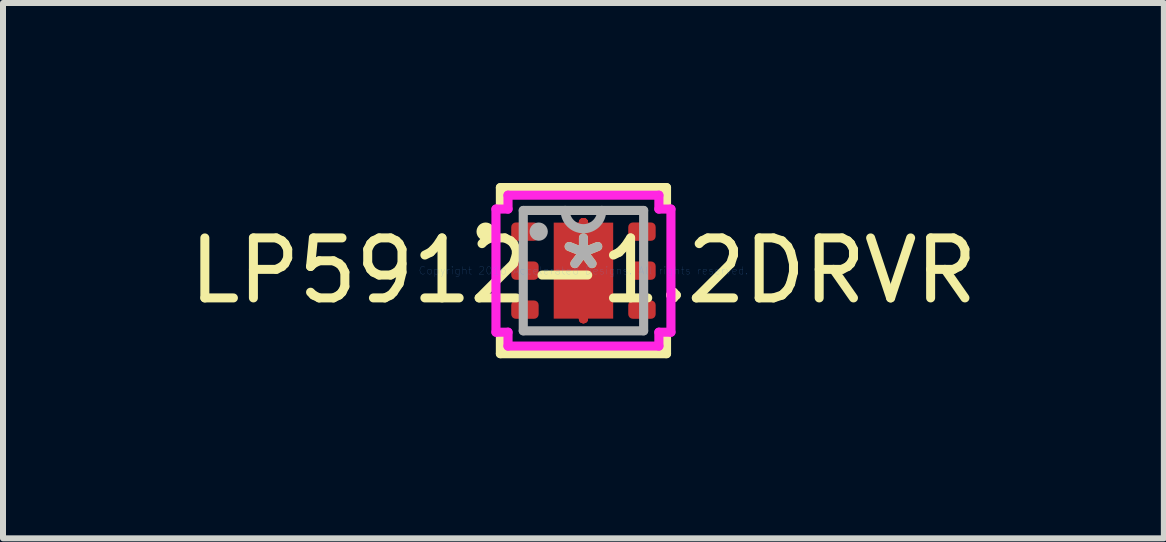
<source format=kicad_pcb>
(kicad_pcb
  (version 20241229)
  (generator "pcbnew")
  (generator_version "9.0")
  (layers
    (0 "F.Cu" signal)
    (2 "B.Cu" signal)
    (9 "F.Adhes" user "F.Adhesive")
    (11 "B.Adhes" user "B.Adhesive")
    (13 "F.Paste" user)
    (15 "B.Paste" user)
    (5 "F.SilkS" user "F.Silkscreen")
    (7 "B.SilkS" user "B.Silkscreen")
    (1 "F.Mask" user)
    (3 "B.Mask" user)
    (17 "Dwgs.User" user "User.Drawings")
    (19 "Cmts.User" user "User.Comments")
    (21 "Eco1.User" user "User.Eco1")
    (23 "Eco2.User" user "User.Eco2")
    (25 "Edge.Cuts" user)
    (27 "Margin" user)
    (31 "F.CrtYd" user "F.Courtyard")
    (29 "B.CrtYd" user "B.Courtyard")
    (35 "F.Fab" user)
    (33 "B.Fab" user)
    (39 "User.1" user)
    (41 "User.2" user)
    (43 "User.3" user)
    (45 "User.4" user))
  (footprint "LP5912-1.2DRVR"
    (layer "F.Cu")
    (at 6.673 1.46)
    (property "Reference" "LP5912-1.2DRVR" (at 0 0 0) (layer "F.SilkS") (effects (font (size 1 1) (thickness 0.15))))
    (attr through_hole)
    (fp_line (start 0 -0.8) (end 0 -0.8) (stroke (width 0.152) (type solid)) (layer "F.Cu"))
    (fp_line (start 0 -0.8) (end 0 -0.8) (stroke (width 0.152) (type solid)) (layer "F.Cu"))
    (fp_line (start 0 -0.8) (end 0 -0.8) (stroke (width 0.152) (type solid)) (layer "F.Cu"))
    (fp_line (start 0 -0.8) (end 0 -0.8) (stroke (width 0.152) (type solid)) (layer "F.Cu"))
    (fp_line (start 0 -0.8) (end 0 -0.8) (stroke (width 0.152) (type solid)) (layer "F.Cu"))
    (fp_line (start 0 -0.8) (end 0 -0.8) (stroke (width 0.152) (type solid)) (layer "F.Cu"))
    (fp_line (start 0 -0.8) (end 0 -0.8) (stroke (width 0.152) (type solid)) (layer "F.Cu"))
    (fp_line (start 0 -0.8) (end 0 -0.8) (stroke (width 0.152) (type solid)) (layer "F.Cu"))
    (fp_line (start 0 0.8) (end 0 0.8) (stroke (width 0.152) (type solid)) (layer "F.Cu"))
    (fp_line (start 0 0.8) (end 0 0.8) (stroke (width 0.152) (type solid)) (layer "F.Cu"))
    (fp_line (start 0 0.8) (end 0 0.8) (stroke (width 0.152) (type solid)) (layer "F.Cu"))
    (fp_line (start 0 0.8) (end 0 0.8) (stroke (width 0.152) (type solid)) (layer "F.Cu"))
    (fp_line (start 0 0.8) (end 0 0.8) (stroke (width 0.152) (type solid)) (layer "F.Cu"))
    (fp_line (start 0 0.8) (end 0 0.8) (stroke (width 0.152) (type solid)) (layer "F.Cu"))
    (fp_line (start 0 0.8) (end 0 0.8) (stroke (width 0.152) (type solid)) (layer "F.Cu"))
    (fp_line (start 0 0.8) (end 0 0.8) (stroke (width 0.152) (type solid)) (layer "F.Cu"))
    (fp_line (start -1.204 -0.802) (end -1.204 -0.498) (stroke (width 0.152) (type solid)) (layer "F.Mask"))
    (fp_line (start -1.204 -0.498) (end -0.746 -0.498) (stroke (width 0.152) (type solid)) (layer "F.Mask"))
    (fp_line (start -1.204 -0.152) (end -1.204 0.152) (stroke (width 0.152) (type solid)) (layer "F.Mask"))
    (fp_line (start -1.204 0.152) (end -0.746 0.152) (stroke (width 0.152) (type solid)) (layer "F.Mask"))
    (fp_line (start -1.204 0.498) (end -1.204 0.802) (stroke (width 0.152) (type solid)) (layer "F.Mask"))
    (fp_line (start -1.204 0.802) (end -0.746 0.802) (stroke (width 0.152) (type solid)) (layer "F.Mask"))
    (fp_line (start -0.746 -0.802) (end -1.204 -0.802) (stroke (width 0.152) (type solid)) (layer "F.Mask"))
    (fp_line (start -0.746 -0.498) (end -0.746 -0.802) (stroke (width 0.152) (type solid)) (layer "F.Mask"))
    (fp_line (start -0.746 -0.152) (end -1.204 -0.152) (stroke (width 0.152) (type solid)) (layer "F.Mask"))
    (fp_line (start -0.746 0.152) (end -0.746 -0.152) (stroke (width 0.152) (type solid)) (layer "F.Mask"))
    (fp_line (start -0.746 0.498) (end -1.204 0.498) (stroke (width 0.152) (type solid)) (layer "F.Mask"))
    (fp_line (start -0.746 0.802) (end -0.746 0.498) (stroke (width 0.152) (type solid)) (layer "F.Mask"))
    (fp_line (start -0.559 -0.864) (end -0.2 -0.864) (stroke (width 0.152) (type solid)) (layer "F.Mask"))
    (fp_line (start -0.559 -0.864) (end 0.559 -0.864) (stroke (width 0.152) (type solid)) (layer "F.Mask"))
    (fp_line (start -0.559 -0.594) (end -0.559 -0.864) (stroke (width 0.152) (type solid)) (layer "F.Mask"))
    (fp_line (start -0.559 -0.194) (end 0.559 -0.194) (stroke (width 0.152) (type solid)) (layer "F.Mask"))
    (fp_line (start -0.559 0.194) (end -0.559 -0.194) (stroke (width 0.152) (type solid)) (layer "F.Mask"))
    (fp_line (start -0.559 0.594) (end 0.559 0.594) (stroke (width 0.152) (type solid)) (layer "F.Mask"))
    (fp_line (start -0.559 0.864) (end -0.559 -0.864) (stroke (width 0.152) (type solid)) (layer "F.Mask"))
    (fp_line (start -0.559 0.864) (end -0.559 0.594) (stroke (width 0.152) (type solid)) (layer "F.Mask"))
    (fp_line (start -0.2 -0.864) (end -0.2 0.864) (stroke (width 0.152) (type solid)) (layer "F.Mask"))
    (fp_line (start -0.2 0.864) (end -0.559 0.864) (stroke (width 0.152) (type solid)) (layer "F.Mask"))
    (fp_line (start 0 -0.8) (end 0 -0.8) (stroke (width 0.152) (type solid)) (layer "F.Mask"))
    (fp_line (start 0 -0.8) (end 0 -0.8) (stroke (width 0.152) (type solid)) (layer "F.Mask"))
    (fp_line (start 0 -0.8) (end 0 -0.8) (stroke (width 0.152) (type solid)) (layer "F.Mask"))
    (fp_line (start 0 -0.8) (end 0 -0.8) (stroke (width 0.152) (type solid)) (layer "F.Mask"))
    (fp_line (start 0 -0.8) (end 0 -0.8) (stroke (width 0.152) (type solid)) (layer "F.Mask"))
    (fp_line (start 0 -0.8) (end 0 -0.8) (stroke (width 0.152) (type solid)) (layer "F.Mask"))
    (fp_line (start 0 -0.8) (end 0 -0.8) (stroke (width 0.152) (type solid)) (layer "F.Mask"))
    (fp_line (start 0 -0.8) (end 0 -0.8) (stroke (width 0.152) (type solid)) (layer "F.Mask"))
    (fp_line (start 0 0.8) (end 0 0.8) (stroke (width 0.152) (type solid)) (layer "F.Mask"))
    (fp_line (start 0 0.8) (end 0 0.8) (stroke (width 0.152) (type solid)) (layer "F.Mask"))
    (fp_line (start 0 0.8) (end 0 0.8) (stroke (width 0.152) (type solid)) (layer "F.Mask"))
    (fp_line (start 0 0.8) (end 0 0.8) (stroke (width 0.152) (type solid)) (layer "F.Mask"))
    (fp_line (start 0 0.8) (end 0 0.8) (stroke (width 0.152) (type solid)) (layer "F.Mask"))
    (fp_line (start 0 0.8) (end 0 0.8) (stroke (width 0.152) (type solid)) (layer "F.Mask"))
    (fp_line (start 0 0.8) (end 0 0.8) (stroke (width 0.152) (type solid)) (layer "F.Mask"))
    (fp_line (start 0 0.8) (end 0 0.8) (stroke (width 0.152) (type solid)) (layer "F.Mask"))
    (fp_line (start 0.2 -0.864) (end 0.559 -0.864) (stroke (width 0.152) (type solid)) (layer "F.Mask"))
    (fp_line (start 0.2 0.864) (end 0.2 -0.864) (stroke (width 0.152) (type solid)) (layer "F.Mask"))
    (fp_line (start 0.559 -0.864) (end 0.559 -0.594) (stroke (width 0.152) (type solid)) (layer "F.Mask"))
    (fp_line (start 0.559 -0.864) (end 0.559 0.864) (stroke (width 0.152) (type solid)) (layer "F.Mask"))
    (fp_line (start 0.559 -0.594) (end -0.559 -0.594) (stroke (width 0.152) (type solid)) (layer "F.Mask"))
    (fp_line (start 0.559 -0.194) (end 0.559 0.194) (stroke (width 0.152) (type solid)) (layer "F.Mask"))
    (fp_line (start 0.559 0.194) (end -0.559 0.194) (stroke (width 0.152) (type solid)) (layer "F.Mask"))
    (fp_line (start 0.559 0.594) (end 0.559 0.864) (stroke (width 0.152) (type solid)) (layer "F.Mask"))
    (fp_line (start 0.559 0.864) (end -0.559 0.864) (stroke (width 0.152) (type solid)) (layer "F.Mask"))
    (fp_line (start 0.559 0.864) (end 0.2 0.864) (stroke (width 0.152) (type solid)) (layer "F.Mask"))
    (fp_line (start 0.746 -0.802) (end 0.746 -0.498) (stroke (width 0.152) (type solid)) (layer "F.Mask"))
    (fp_line (start 0.746 -0.498) (end 1.204 -0.498) (stroke (width 0.152) (type solid)) (layer "F.Mask"))
    (fp_line (start 0.746 -0.152) (end 0.746 0.152) (stroke (width 0.152) (type solid)) (layer "F.Mask"))
    (fp_line (start 0.746 0.152) (end 1.204 0.152) (stroke (width 0.152) (type solid)) (layer "F.Mask"))
    (fp_line (start 0.746 0.498) (end 0.746 0.802) (stroke (width 0.152) (type solid)) (layer "F.Mask"))
    (fp_line (start 0.746 0.802) (end 1.204 0.802) (stroke (width 0.152) (type solid)) (layer "F.Mask"))
    (fp_line (start 1.204 -0.802) (end 0.746 -0.802) (stroke (width 0.152) (type solid)) (layer "F.Mask"))
    (fp_line (start 1.204 -0.498) (end 1.204 -0.802) (stroke (width 0.152) (type solid)) (layer "F.Mask"))
    (fp_line (start 1.204 -0.152) (end 0.746 -0.152) (stroke (width 0.152) (type solid)) (layer "F.Mask"))
    (fp_line (start 1.204 0.152) (end 1.204 -0.152) (stroke (width 0.152) (type solid)) (layer "F.Mask"))
    (fp_line (start 1.204 0.498) (end 0.746 0.498) (stroke (width 0.152) (type solid)) (layer "F.Mask"))
    (fp_line (start 1.204 0.802) (end 1.204 0.498) (stroke (width 0.152) (type solid)) (layer "F.Mask"))
    (fp_line (start -1.384 -1.384) (end -1.384 -1.082) (stroke (width 0.152) (type solid)) (layer "F.SilkS"))
    (fp_line (start -1.384 1.082) (end -1.384 1.384) (stroke (width 0.152) (type solid)) (layer "F.SilkS"))
    (fp_line (start -1.384 1.384) (end 1.384 1.384) (stroke (width 0.152) (type solid)) (layer "F.SilkS"))
    (fp_line (start 1.384 -1.384) (end -1.384 -1.384) (stroke (width 0.152) (type solid)) (layer "F.SilkS"))
    (fp_line (start 1.384 -1.082) (end 1.384 -1.384) (stroke (width 0.152) (type solid)) (layer "F.SilkS"))
    (fp_line (start 1.384 1.384) (end 1.384 1.082) (stroke (width 0.152) (type solid)) (layer "F.SilkS"))
    (fp_circle (center -1.63 -0.65) (end -1.554 -0.65) (stroke (width 0.152) (type solid)) (fill no) (layer "F.SilkS"))
    (fp_line (start -1.204 -0.802) (end -1.204 -0.498) (stroke (width 0.152) (type solid)) (layer "F.Paste"))
    (fp_line (start -1.204 -0.498) (end -0.746 -0.498) (stroke (width 0.152) (type solid)) (layer "F.Paste"))
    (fp_line (start -1.204 -0.152) (end -1.204 0.152) (stroke (width 0.152) (type solid)) (layer "F.Paste"))
    (fp_line (start -1.204 0.152) (end -0.746 0.152) (stroke (width 0.152) (type solid)) (layer "F.Paste"))
    (fp_line (start -1.204 0.498) (end -1.204 0.802) (stroke (width 0.152) (type solid)) (layer "F.Paste"))
    (fp_line (start -1.204 0.802) (end -0.746 0.802) (stroke (width 0.152) (type solid)) (layer "F.Paste"))
    (fp_line (start -0.746 -0.802) (end -1.204 -0.802) (stroke (width 0.152) (type solid)) (layer "F.Paste"))
    (fp_line (start -0.746 -0.498) (end -0.746 -0.802) (stroke (width 0.152) (type solid)) (layer "F.Paste"))
    (fp_line (start -0.746 -0.152) (end -1.204 -0.152) (stroke (width 0.152) (type solid)) (layer "F.Paste"))
    (fp_line (start -0.746 0.152) (end -0.746 -0.152) (stroke (width 0.152) (type solid)) (layer "F.Paste"))
    (fp_line (start -0.746 0.498) (end -1.204 0.498) (stroke (width 0.152) (type solid)) (layer "F.Paste"))
    (fp_line (start -0.746 0.802) (end -0.746 0.498) (stroke (width 0.152) (type solid)) (layer "F.Paste"))
    (fp_line (start -0.42 -0.725) (end -0.42 -0.494) (stroke (width 0.152) (type solid)) (layer "F.Paste"))
    (fp_line (start -0.42 -0.494) (end -0.241 -0.494) (stroke (width 0.152) (type solid)) (layer "F.Paste"))
    (fp_line (start -0.42 -0.294) (end -0.42 0.294) (stroke (width 0.152) (type solid)) (layer "F.Paste"))
    (fp_line (start -0.42 0.294) (end -0.241 0.294) (stroke (width 0.152) (type solid)) (layer "F.Paste"))
    (fp_line (start -0.42 0.494) (end -0.42 0.725) (stroke (width 0.152) (type solid)) (layer "F.Paste"))
    (fp_line (start -0.42 0.725) (end -0.1 0.725) (stroke (width 0.152) (type solid)) (layer "F.Paste"))
    (fp_line (start -0.241 -0.494) (end -0.241 -0.494) (stroke (width 0.152) (type solid)) (layer "F.Paste"))
    (fp_line (start -0.241 -0.494) (end -0.1 -0.635) (stroke (width 0.152) (type solid)) (layer "F.Paste"))
    (fp_line (start -0.241 -0.294) (end -0.42 -0.294) (stroke (width 0.152) (type solid)) (layer "F.Paste"))
    (fp_line (start -0.241 -0.294) (end -0.241 -0.294) (stroke (width 0.152) (type solid)) (layer "F.Paste"))
    (fp_line (start -0.241 0.294) (end -0.241 0.294) (stroke (width 0.152) (type solid)) (layer "F.Paste"))
    (fp_line (start -0.241 0.294) (end -0.1 0.152) (stroke (width 0.152) (type solid)) (layer "F.Paste"))
    (fp_line (start -0.241 0.494) (end -0.42 0.494) (stroke (width 0.152) (type solid)) (layer "F.Paste"))
    (fp_line (start -0.241 0.494) (end -0.241 0.494) (stroke (width 0.152) (type solid)) (layer "F.Paste"))
    (fp_line (start -0.1 -0.725) (end -0.42 -0.725) (stroke (width 0.152) (type solid)) (layer "F.Paste"))
    (fp_line (start -0.1 -0.635) (end -0.1 -0.725) (stroke (width 0.152) (type solid)) (layer "F.Paste"))
    (fp_line (start -0.1 -0.635) (end -0.1 -0.635) (stroke (width 0.152) (type solid)) (layer "F.Paste"))
    (fp_line (start -0.1 -0.152) (end -0.241 -0.294) (stroke (width 0.152) (type solid)) (layer "F.Paste"))
    (fp_line (start -0.1 -0.152) (end -0.1 -0.152) (stroke (width 0.152) (type solid)) (layer "F.Paste"))
    (fp_line (start -0.1 0.152) (end -0.1 -0.152) (stroke (width 0.152) (type solid)) (layer "F.Paste"))
    (fp_line (start -0.1 0.152) (end -0.1 0.152) (stroke (width 0.152) (type solid)) (layer "F.Paste"))
    (fp_line (start -0.1 0.635) (end -0.241 0.494) (stroke (width 0.152) (type solid)) (layer "F.Paste"))
    (fp_line (start -0.1 0.635) (end -0.1 0.635) (stroke (width 0.152) (type solid)) (layer "F.Paste"))
    (fp_line (start -0.1 0.725) (end -0.1 0.635) (stroke (width 0.152) (type solid)) (layer "F.Paste"))
    (fp_line (start 0.1 -0.725) (end 0.1 -0.635) (stroke (width 0.152) (type solid)) (layer "F.Paste"))
    (fp_line (start 0.1 -0.635) (end 0.1 -0.635) (stroke (width 0.152) (type solid)) (layer "F.Paste"))
    (fp_line (start 0.1 -0.635) (end 0.241 -0.494) (stroke (width 0.152) (type solid)) (layer "F.Paste"))
    (fp_line (start 0.1 -0.152) (end 0.1 -0.152) (stroke (width 0.152) (type solid)) (layer "F.Paste"))
    (fp_line (start 0.1 -0.152) (end 0.1 0.152) (stroke (width 0.152) (type solid)) (layer "F.Paste"))
    (fp_line (start 0.1 0.152) (end 0.1 0.152) (stroke (width 0.152) (type solid)) (layer "F.Paste"))
    (fp_line (start 0.1 0.152) (end 0.241 0.294) (stroke (width 0.152) (type solid)) (layer "F.Paste"))
    (fp_line (start 0.1 0.635) (end 0.1 0.635) (stroke (width 0.152) (type solid)) (layer "F.Paste"))
    (fp_line (start 0.1 0.635) (end 0.1 0.725) (stroke (width 0.152) (type solid)) (layer "F.Paste"))
    (fp_line (start 0.1 0.725) (end 0.42 0.725) (stroke (width 0.152) (type solid)) (layer "F.Paste"))
    (fp_line (start 0.241 -0.494) (end 0.241 -0.494) (stroke (width 0.152) (type solid)) (layer "F.Paste"))
    (fp_line (start 0.241 -0.494) (end 0.42 -0.494) (stroke (width 0.152) (type solid)) (layer "F.Paste"))
    (fp_line (start 0.241 -0.294) (end 0.1 -0.152) (stroke (width 0.152) (type solid)) (layer "F.Paste"))
    (fp_line (start 0.241 -0.294) (end 0.241 -0.294) (stroke (width 0.152) (type solid)) (layer "F.Paste"))
    (fp_line (start 0.241 0.294) (end 0.241 0.294) (stroke (width 0.152) (type solid)) (layer "F.Paste"))
    (fp_line (start 0.241 0.294) (end 0.42 0.294) (stroke (width 0.152) (type solid)) (layer "F.Paste"))
    (fp_line (start 0.241 0.494) (end 0.1 0.635) (stroke (width 0.152) (type solid)) (layer "F.Paste"))
    (fp_line (start 0.241 0.494) (end 0.241 0.494) (stroke (width 0.152) (type solid)) (layer "F.Paste"))
    (fp_line (start 0.42 -0.725) (end 0.1 -0.725) (stroke (width 0.152) (type solid)) (layer "F.Paste"))
    (fp_line (start 0.42 -0.494) (end 0.42 -0.725) (stroke (width 0.152) (type solid)) (layer "F.Paste"))
    (fp_line (start 0.42 -0.294) (end 0.241 -0.294) (stroke (width 0.152) (type solid)) (layer "F.Paste"))
    (fp_line (start 0.42 0.294) (end 0.42 -0.294) (stroke (width 0.152) (type solid)) (layer "F.Paste"))
    (fp_line (start 0.42 0.494) (end 0.241 0.494) (stroke (width 0.152) (type solid)) (layer "F.Paste"))
    (fp_line (start 0.42 0.725) (end 0.42 0.494) (stroke (width 0.152) (type solid)) (layer "F.Paste"))
    (fp_line (start 0.746 -0.802) (end 0.746 -0.498) (stroke (width 0.152) (type solid)) (layer "F.Paste"))
    (fp_line (start 0.746 -0.498) (end 1.204 -0.498) (stroke (width 0.152) (type solid)) (layer "F.Paste"))
    (fp_line (start 0.746 -0.152) (end 0.746 0.152) (stroke (width 0.152) (type solid)) (layer "F.Paste"))
    (fp_line (start 0.746 0.152) (end 1.204 0.152) (stroke (width 0.152) (type solid)) (layer "F.Paste"))
    (fp_line (start 0.746 0.498) (end 0.746 0.802) (stroke (width 0.152) (type solid)) (layer "F.Paste"))
    (fp_line (start 0.746 0.802) (end 1.204 0.802) (stroke (width 0.152) (type solid)) (layer "F.Paste"))
    (fp_line (start 1.204 -0.802) (end 0.746 -0.802) (stroke (width 0.152) (type solid)) (layer "F.Paste"))
    (fp_line (start 1.204 -0.498) (end 1.204 -0.802) (stroke (width 0.152) (type solid)) (layer "F.Paste"))
    (fp_line (start 1.204 -0.152) (end 0.746 -0.152) (stroke (width 0.152) (type solid)) (layer "F.Paste"))
    (fp_line (start 1.204 0.152) (end 1.204 -0.152) (stroke (width 0.152) (type solid)) (layer "F.Paste"))
    (fp_line (start 1.204 0.498) (end 0.746 0.498) (stroke (width 0.152) (type solid)) (layer "F.Paste"))
    (fp_line (start 1.204 0.802) (end 1.204 0.498) (stroke (width 0.152) (type solid)) (layer "F.Paste"))
    (fp_circle (center 0 -0.55) (end 0.102 -0.55) (stroke (width 0.152) (type solid)) (fill no) (layer "Eco1.User"))
    (fp_circle (center 0 0.55) (end 0.102 0.55) (stroke (width 0.152) (type solid)) (fill no) (layer "Eco1.User"))
    (fp_line (start -1.458 -1.026) (end -1.257 -1.026) (stroke (width 0.152) (type solid)) (layer "F.CrtYd"))
    (fp_line (start -1.458 1.026) (end -1.458 -1.026) (stroke (width 0.152) (type solid)) (layer "F.CrtYd"))
    (fp_line (start -1.257 -1.257) (end 1.257 -1.257) (stroke (width 0.152) (type solid)) (layer "F.CrtYd"))
    (fp_line (start -1.257 -1.026) (end -1.257 -1.257) (stroke (width 0.152) (type solid)) (layer "F.CrtYd"))
    (fp_line (start -1.257 1.026) (end -1.458 1.026) (stroke (width 0.152) (type solid)) (layer "F.CrtYd"))
    (fp_line (start -1.257 1.257) (end -1.257 1.026) (stroke (width 0.152) (type solid)) (layer "F.CrtYd"))
    (fp_line (start 1.257 -1.257) (end 1.257 -1.026) (stroke (width 0.152) (type solid)) (layer "F.CrtYd"))
    (fp_line (start 1.257 -1.026) (end 1.458 -1.026) (stroke (width 0.152) (type solid)) (layer "F.CrtYd"))
    (fp_line (start 1.257 1.026) (end 1.257 1.257) (stroke (width 0.152) (type solid)) (layer "F.CrtYd"))
    (fp_line (start 1.257 1.257) (end -1.257 1.257) (stroke (width 0.152) (type solid)) (layer "F.CrtYd"))
    (fp_line (start 1.458 -1.026) (end 1.458 1.026) (stroke (width 0.152) (type solid)) (layer "F.CrtYd"))
    (fp_line (start 1.458 1.026) (end 1.257 1.026) (stroke (width 0.152) (type solid)) (layer "F.CrtYd"))
    (fp_line (start -1.003 -1.003) (end -1.003 1.003) (stroke (width 0.152) (type solid)) (layer "F.Fab"))
    (fp_line (start -1.003 1.003) (end 1.003 1.003) (stroke (width 0.152) (type solid)) (layer "F.Fab"))
    (fp_line (start 1.003 -1.003) (end -1.003 -1.003) (stroke (width 0.152) (type solid)) (layer "F.Fab"))
    (fp_line (start 1.003 1.003) (end 1.003 -1.003) (stroke (width 0.152) (type solid)) (layer "F.Fab"))
    (fp_arc (start 0.3048 -1.0033) (mid 0 -0.6985) (end -0.3048 -1.0033) (stroke (width 0.1524) (type solid)) (layer "F.Fab"))
    (fp_circle (center -0.746 -0.65) (end -0.67 -0.65) (stroke (width 0.152) (type solid)) (fill no) (layer "F.Fab"))
    (fp_text user "*" (at 0 0 0) (layer "F.SilkS") (effects (font (size 1 1) (thickness 0.15))))
    (fp_text user "Copyright 2016 Accelerated Designs. All rights reserved." (at 0 0 0) (layer "Cmts.User") (effects (font (size 0.127 0.127) (thickness 0.002))))
    (fp_text user "*" (at 0 0 0) (layer "F.Fab") (effects (font (size 1 1) (thickness 0.15))))
    (pad "1" smd roundrect (at -0.975 -0.65) (size 0.457 0.305) (layers "F.Cu" "F.Mask" "F.Paste") (roundrect_rratio 0.25))
    (pad "2" smd roundrect (at -0.975 0) (size 0.457 0.305) (layers "F.Cu" "F.Mask" "F.Paste") (roundrect_rratio 0.25))
    (pad "3" smd roundrect (at -0.975 0.65) (size 0.457 0.305) (layers "F.Cu" "F.Mask" "F.Paste") (roundrect_rratio 0.25))
    (pad "4" smd roundrect (at 0.975 0.65) (size 0.457 0.305) (layers "F.Cu" "F.Mask" "F.Paste") (roundrect_rratio 0.25))
    (pad "5" smd roundrect (at 0.975 0) (size 0.457 0.305) (layers "F.Cu" "F.Mask" "F.Paste") (roundrect_rratio 0.25))
    (pad "6" smd roundrect (at 0.975 -0.65) (size 0.457 0.305) (layers "F.Cu" "F.Mask" "F.Paste") (roundrect_rratio 0.25))
    (pad "7" smd rect (at 0 0) (size 0.991 1.6) (layers "F.Cu" "F.Mask" "F.Paste")))
  (gr_rect
    (start -3 -3)
    (end 16.345 5.921)
    (stroke (width 0.1) (type default))
    (fill no)
    (layer "Edge.Cuts")))
</source>
